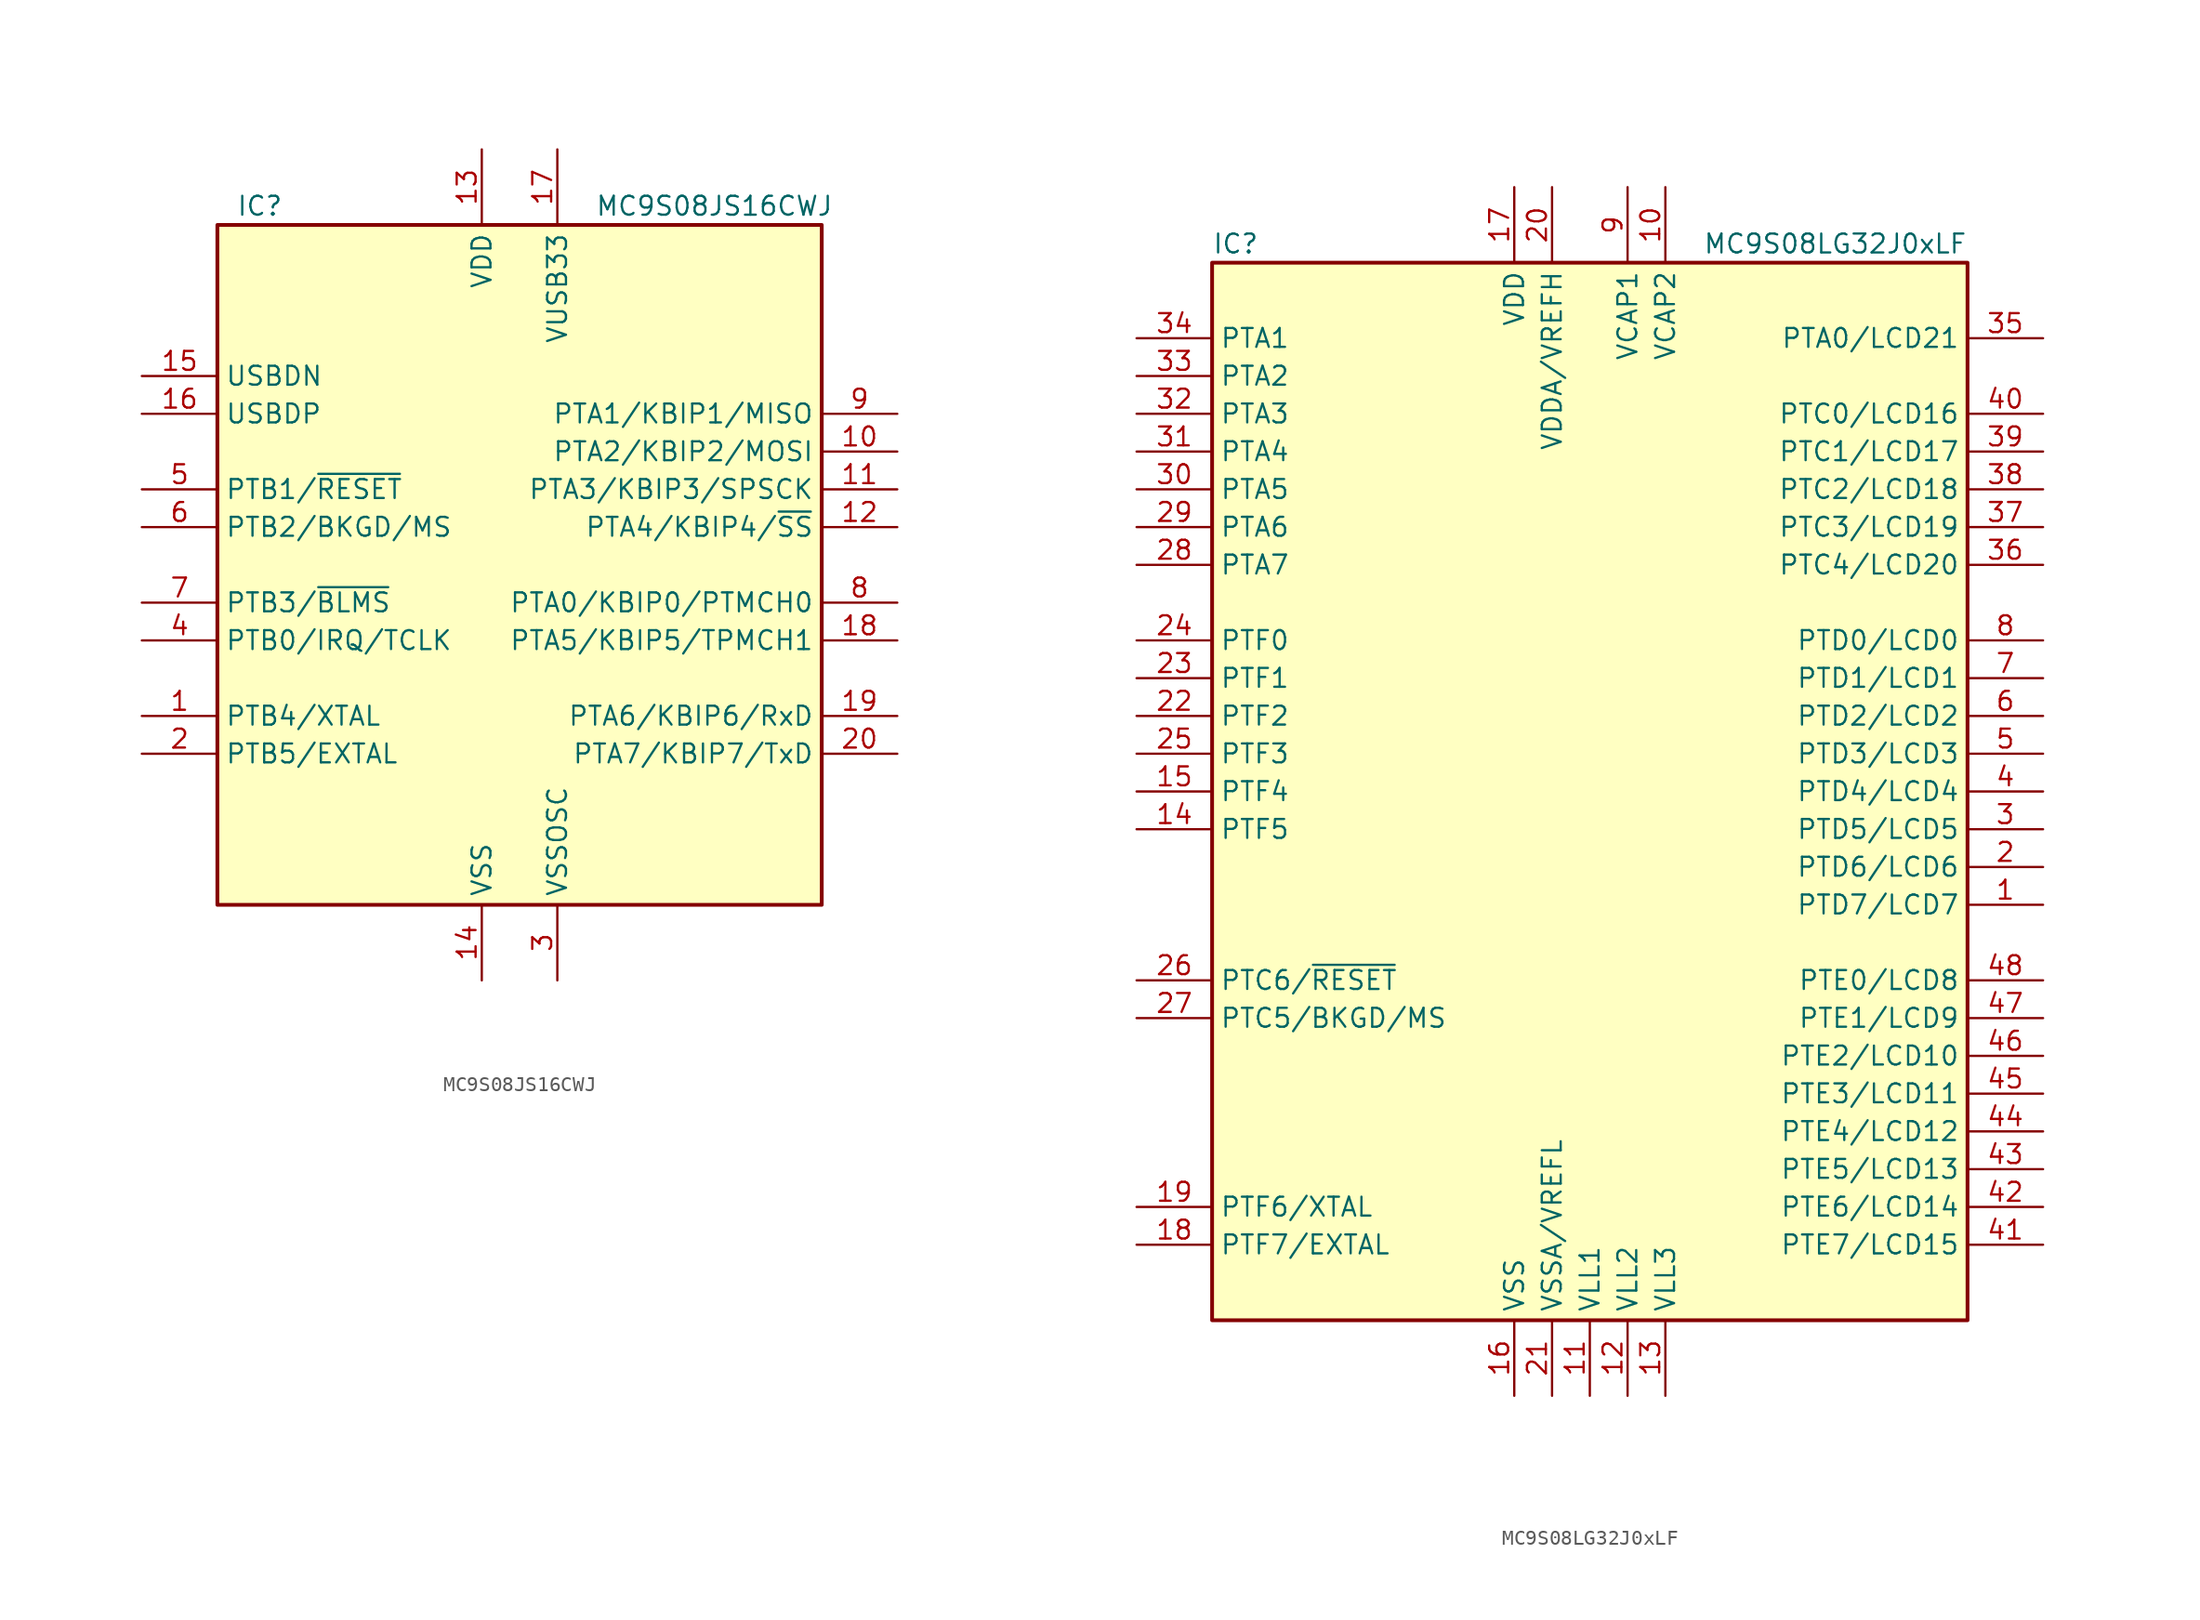
<source format=kicad_sym>
(kicad_symbol_lib
  (version 20201005)
  (generator kicad_symbol_editor)
  (symbol "MCU_NXP_S08:MC9S08JS16CWJ"
    (property "Reference" "IC"
      (at -19.05 24.13 0)
      (effects (font (size 1.27 1.27)) (justify left)))
    (property "Value" "MC9S08JS16CWJ"
      (at 5.08 24.13 0)
      (effects (font (size 1.27 1.27)) (justify left)))
    (symbol "MC9S08JS16CWJ_0_1"
      (rectangle (start -20.32 22.86) (end 20.32 -22.86) (stroke (width 0.254)) (fill (type background))))
    (symbol "MC9S08JS16CWJ_1_1"
      (pin bidirectional line (at -25.4 -10.16 0) (length 5.08) (name "PTB4/XTAL" (effects (font (size 1.27 1.27)))) (number "1" (effects (font (size 1.27 1.27)))))
      (pin bidirectional line (at 25.4 7.62 180) (length 5.08) (name "PTA2/KBIP2/MOSI" (effects (font (size 1.27 1.27)))) (number "10" (effects (font (size 1.27 1.27)))))
      (pin bidirectional line (at 25.4 5.08 180) (length 5.08) (name "PTA3/KBIP3/SPSCK" (effects (font (size 1.27 1.27)))) (number "11" (effects (font (size 1.27 1.27)))))
      (pin bidirectional line (at 25.4 2.54 180) (length 5.08) (name "PTA4/KBIP4/~SS" (effects (font (size 1.27 1.27)))) (number "12" (effects (font (size 1.27 1.27)))))
      (pin power_in line (at -2.54 27.94 270) (length 5.08) (name "VDD" (effects (font (size 1.27 1.27)))) (number "13" (effects (font (size 1.27 1.27)))))
      (pin power_in line (at -2.54 -27.94 90) (length 5.08) (name "VSS" (effects (font (size 1.27 1.27)))) (number "14" (effects (font (size 1.27 1.27)))))
      (pin bidirectional line (at -25.4 12.7 0) (length 5.08) (name "USBDN" (effects (font (size 1.27 1.27)))) (number "15" (effects (font (size 1.27 1.27)))))
      (pin bidirectional line (at -25.4 10.16 0) (length 5.08) (name "USBDP" (effects (font (size 1.27 1.27)))) (number "16" (effects (font (size 1.27 1.27)))))
      (pin power_out line (at 2.54 27.94 270) (length 5.08) (name "VUSB33" (effects (font (size 1.27 1.27)))) (number "17" (effects (font (size 1.27 1.27)))))
      (pin bidirectional line (at 25.4 -5.08 180) (length 5.08) (name "PTA5/KBIP5/TPMCH1" (effects (font (size 1.27 1.27)))) (number "18" (effects (font (size 1.27 1.27)))))
      (pin bidirectional line (at 25.4 -10.16 180) (length 5.08) (name "PTA6/KBIP6/RxD" (effects (font (size 1.27 1.27)))) (number "19" (effects (font (size 1.27 1.27)))))
      (pin bidirectional line (at -25.4 -12.7 0) (length 5.08) (name "PTB5/EXTAL" (effects (font (size 1.27 1.27)))) (number "2" (effects (font (size 1.27 1.27)))))
      (pin bidirectional line (at 25.4 -12.7 180) (length 5.08) (name "PTA7/KBIP7/TxD" (effects (font (size 1.27 1.27)))) (number "20" (effects (font (size 1.27 1.27)))))
      (pin power_in line (at 2.54 -27.94 90) (length 5.08) (name "VSSOSC" (effects (font (size 1.27 1.27)))) (number "3" (effects (font (size 1.27 1.27)))))
      (pin bidirectional line (at -25.4 -5.08 0) (length 5.08) (name "PTB0/IRQ/TCLK" (effects (font (size 1.27 1.27)))) (number "4" (effects (font (size 1.27 1.27)))))
      (pin bidirectional line (at -25.4 5.08 0) (length 5.08) (name "PTB1/~RESET" (effects (font (size 1.27 1.27)))) (number "5" (effects (font (size 1.27 1.27)))))
      (pin bidirectional line (at -25.4 2.54 0) (length 5.08) (name "PTB2/BKGD/MS" (effects (font (size 1.27 1.27)))) (number "6" (effects (font (size 1.27 1.27)))))
      (pin bidirectional line (at -25.4 -2.54 0) (length 5.08) (name "PTB3/~BLMS" (effects (font (size 1.27 1.27)))) (number "7" (effects (font (size 1.27 1.27)))))
      (pin bidirectional line (at 25.4 -2.54 180) (length 5.08) (name "PTA0/KBIP0/PTMCH0" (effects (font (size 1.27 1.27)))) (number "8" (effects (font (size 1.27 1.27)))))
      (pin bidirectional line (at 25.4 10.16 180) (length 5.08) (name "PTA1/KBIP1/MISO" (effects (font (size 1.27 1.27)))) (number "9" (effects (font (size 1.27 1.27)))))))
  (symbol "MCU_NXP_S08:MC9S08LG32J0xLF"
    (property "Reference" "IC"
      (at -25.4 36.83 0)
      (effects (font (size 1.27 1.27)) (justify left)))
    (property "Value" "MC9S08LG32J0xLF"
      (at 25.4 36.83 0)
      (effects (font (size 1.27 1.27)) (justify right)))
    (symbol "MC9S08LG32J0xLF_0_1"
      (rectangle (start -25.4 35.56) (end 25.4 -35.56) (stroke (width 0.254)) (fill (type background))))
    (symbol "MC9S08LG32J0xLF_1_1"
      (pin bidirectional line (at 30.48 -7.62 180) (length 5.08) (name "PTD7/LCD7" (effects (font (size 1.27 1.27)))) (number "1" (effects (font (size 1.27 1.27)))))
      (pin power_in line (at 5.08 40.64 270) (length 5.08) (name "VCAP2" (effects (font (size 1.27 1.27)))) (number "10" (effects (font (size 1.27 1.27)))))
      (pin power_in line (at 0 -40.64 90) (length 5.08) (name "VLL1" (effects (font (size 1.27 1.27)))) (number "11" (effects (font (size 1.27 1.27)))))
      (pin power_in line (at 2.54 -40.64 90) (length 5.08) (name "VLL2" (effects (font (size 1.27 1.27)))) (number "12" (effects (font (size 1.27 1.27)))))
      (pin power_in line (at 5.08 -40.64 90) (length 5.08) (name "VLL3" (effects (font (size 1.27 1.27)))) (number "13" (effects (font (size 1.27 1.27)))))
      (pin bidirectional line (at -30.48 -2.54 0) (length 5.08) (name "PTF5" (effects (font (size 1.27 1.27)))) (number "14" (effects (font (size 1.27 1.27)))))
      (pin bidirectional line (at -30.48 0 0) (length 5.08) (name "PTF4" (effects (font (size 1.27 1.27)))) (number "15" (effects (font (size 1.27 1.27)))))
      (pin power_in line (at -5.08 -40.64 90) (length 5.08) (name "VSS" (effects (font (size 1.27 1.27)))) (number "16" (effects (font (size 1.27 1.27)))))
      (pin power_in line (at -5.08 40.64 270) (length 5.08) (name "VDD" (effects (font (size 1.27 1.27)))) (number "17" (effects (font (size 1.27 1.27)))))
      (pin bidirectional line (at -30.48 -30.48 0) (length 5.08) (name "PTF7/EXTAL" (effects (font (size 1.27 1.27)))) (number "18" (effects (font (size 1.27 1.27)))))
      (pin bidirectional line (at -30.48 -27.94 0) (length 5.08) (name "PTF6/XTAL" (effects (font (size 1.27 1.27)))) (number "19" (effects (font (size 1.27 1.27)))))
      (pin bidirectional line (at 30.48 -5.08 180) (length 5.08) (name "PTD6/LCD6" (effects (font (size 1.27 1.27)))) (number "2" (effects (font (size 1.27 1.27)))))
      (pin power_in line (at -2.54 40.64 270) (length 5.08) (name "VDDA/VREFH" (effects (font (size 1.27 1.27)))) (number "20" (effects (font (size 1.27 1.27)))))
      (pin power_in line (at -2.54 -40.64 90) (length 5.08) (name "VSSA/VREFL" (effects (font (size 1.27 1.27)))) (number "21" (effects (font (size 1.27 1.27)))))
      (pin bidirectional line (at -30.48 5.08 0) (length 5.08) (name "PTF2" (effects (font (size 1.27 1.27)))) (number "22" (effects (font (size 1.27 1.27)))))
      (pin bidirectional line (at -30.48 7.62 0) (length 5.08) (name "PTF1" (effects (font (size 1.27 1.27)))) (number "23" (effects (font (size 1.27 1.27)))))
      (pin bidirectional line (at -30.48 10.16 0) (length 5.08) (name "PTF0" (effects (font (size 1.27 1.27)))) (number "24" (effects (font (size 1.27 1.27)))))
      (pin bidirectional line (at -30.48 2.54 0) (length 5.08) (name "PTF3" (effects (font (size 1.27 1.27)))) (number "25" (effects (font (size 1.27 1.27)))))
      (pin bidirectional line (at -30.48 -12.7 0) (length 5.08) (name "PTC6/~RESET" (effects (font (size 1.27 1.27)))) (number "26" (effects (font (size 1.27 1.27)))))
      (pin bidirectional line (at -30.48 -15.24 0) (length 5.08) (name "PTC5/BKGD/MS" (effects (font (size 1.27 1.27)))) (number "27" (effects (font (size 1.27 1.27)))))
      (pin bidirectional line (at -30.48 15.24 0) (length 5.08) (name "PTA7" (effects (font (size 1.27 1.27)))) (number "28" (effects (font (size 1.27 1.27)))))
      (pin bidirectional line (at -30.48 17.78 0) (length 5.08) (name "PTA6" (effects (font (size 1.27 1.27)))) (number "29" (effects (font (size 1.27 1.27)))))
      (pin bidirectional line (at 30.48 -2.54 180) (length 5.08) (name "PTD5/LCD5" (effects (font (size 1.27 1.27)))) (number "3" (effects (font (size 1.27 1.27)))))
      (pin bidirectional line (at -30.48 20.32 0) (length 5.08) (name "PTA5" (effects (font (size 1.27 1.27)))) (number "30" (effects (font (size 1.27 1.27)))))
      (pin bidirectional line (at -30.48 22.86 0) (length 5.08) (name "PTA4" (effects (font (size 1.27 1.27)))) (number "31" (effects (font (size 1.27 1.27)))))
      (pin bidirectional line (at -30.48 25.4 0) (length 5.08) (name "PTA3" (effects (font (size 1.27 1.27)))) (number "32" (effects (font (size 1.27 1.27)))))
      (pin bidirectional line (at -30.48 27.94 0) (length 5.08) (name "PTA2" (effects (font (size 1.27 1.27)))) (number "33" (effects (font (size 1.27 1.27)))))
      (pin bidirectional line (at -30.48 30.48 0) (length 5.08) (name "PTA1" (effects (font (size 1.27 1.27)))) (number "34" (effects (font (size 1.27 1.27)))))
      (pin bidirectional line (at 30.48 30.48 180) (length 5.08) (name "PTA0/LCD21" (effects (font (size 1.27 1.27)))) (number "35" (effects (font (size 1.27 1.27)))))
      (pin bidirectional line (at 30.48 15.24 180) (length 5.08) (name "PTC4/LCD20" (effects (font (size 1.27 1.27)))) (number "36" (effects (font (size 1.27 1.27)))))
      (pin bidirectional line (at 30.48 17.78 180) (length 5.08) (name "PTC3/LCD19" (effects (font (size 1.27 1.27)))) (number "37" (effects (font (size 1.27 1.27)))))
      (pin bidirectional line (at 30.48 20.32 180) (length 5.08) (name "PTC2/LCD18" (effects (font (size 1.27 1.27)))) (number "38" (effects (font (size 1.27 1.27)))))
      (pin bidirectional line (at 30.48 22.86 180) (length 5.08) (name "PTC1/LCD17" (effects (font (size 1.27 1.27)))) (number "39" (effects (font (size 1.27 1.27)))))
      (pin bidirectional line (at 30.48 0 180) (length 5.08) (name "PTD4/LCD4" (effects (font (size 1.27 1.27)))) (number "4" (effects (font (size 1.27 1.27)))))
      (pin bidirectional line (at 30.48 25.4 180) (length 5.08) (name "PTC0/LCD16" (effects (font (size 1.27 1.27)))) (number "40" (effects (font (size 1.27 1.27)))))
      (pin bidirectional line (at 30.48 -30.48 180) (length 5.08) (name "PTE7/LCD15" (effects (font (size 1.27 1.27)))) (number "41" (effects (font (size 1.27 1.27)))))
      (pin bidirectional line (at 30.48 -27.94 180) (length 5.08) (name "PTE6/LCD14" (effects (font (size 1.27 1.27)))) (number "42" (effects (font (size 1.27 1.27)))))
      (pin bidirectional line (at 30.48 -25.4 180) (length 5.08) (name "PTE5/LCD13" (effects (font (size 1.27 1.27)))) (number "43" (effects (font (size 1.27 1.27)))))
      (pin bidirectional line (at 30.48 -22.86 180) (length 5.08) (name "PTE4/LCD12" (effects (font (size 1.27 1.27)))) (number "44" (effects (font (size 1.27 1.27)))))
      (pin bidirectional line (at 30.48 -20.32 180) (length 5.08) (name "PTE3/LCD11" (effects (font (size 1.27 1.27)))) (number "45" (effects (font (size 1.27 1.27)))))
      (pin bidirectional line (at 30.48 -17.78 180) (length 5.08) (name "PTE2/LCD10" (effects (font (size 1.27 1.27)))) (number "46" (effects (font (size 1.27 1.27)))))
      (pin bidirectional line (at 30.48 -15.24 180) (length 5.08) (name "PTE1/LCD9" (effects (font (size 1.27 1.27)))) (number "47" (effects (font (size 1.27 1.27)))))
      (pin bidirectional line (at 30.48 -12.7 180) (length 5.08) (name "PTE0/LCD8" (effects (font (size 1.27 1.27)))) (number "48" (effects (font (size 1.27 1.27)))))
      (pin bidirectional line (at 30.48 2.54 180) (length 5.08) (name "PTD3/LCD3" (effects (font (size 1.27 1.27)))) (number "5" (effects (font (size 1.27 1.27)))))
      (pin bidirectional line (at 30.48 5.08 180) (length 5.08) (name "PTD2/LCD2" (effects (font (size 1.27 1.27)))) (number "6" (effects (font (size 1.27 1.27)))))
      (pin bidirectional line (at 30.48 7.62 180) (length 5.08) (name "PTD1/LCD1" (effects (font (size 1.27 1.27)))) (number "7" (effects (font (size 1.27 1.27)))))
      (pin bidirectional line (at 30.48 10.16 180) (length 5.08) (name "PTD0/LCD0" (effects (font (size 1.27 1.27)))) (number "8" (effects (font (size 1.27 1.27)))))
      (pin power_in line (at 2.54 40.64 270) (length 5.08) (name "VCAP1" (effects (font (size 1.27 1.27)))) (number "9" (effects (font (size 1.27 1.27))))))))
</source>
